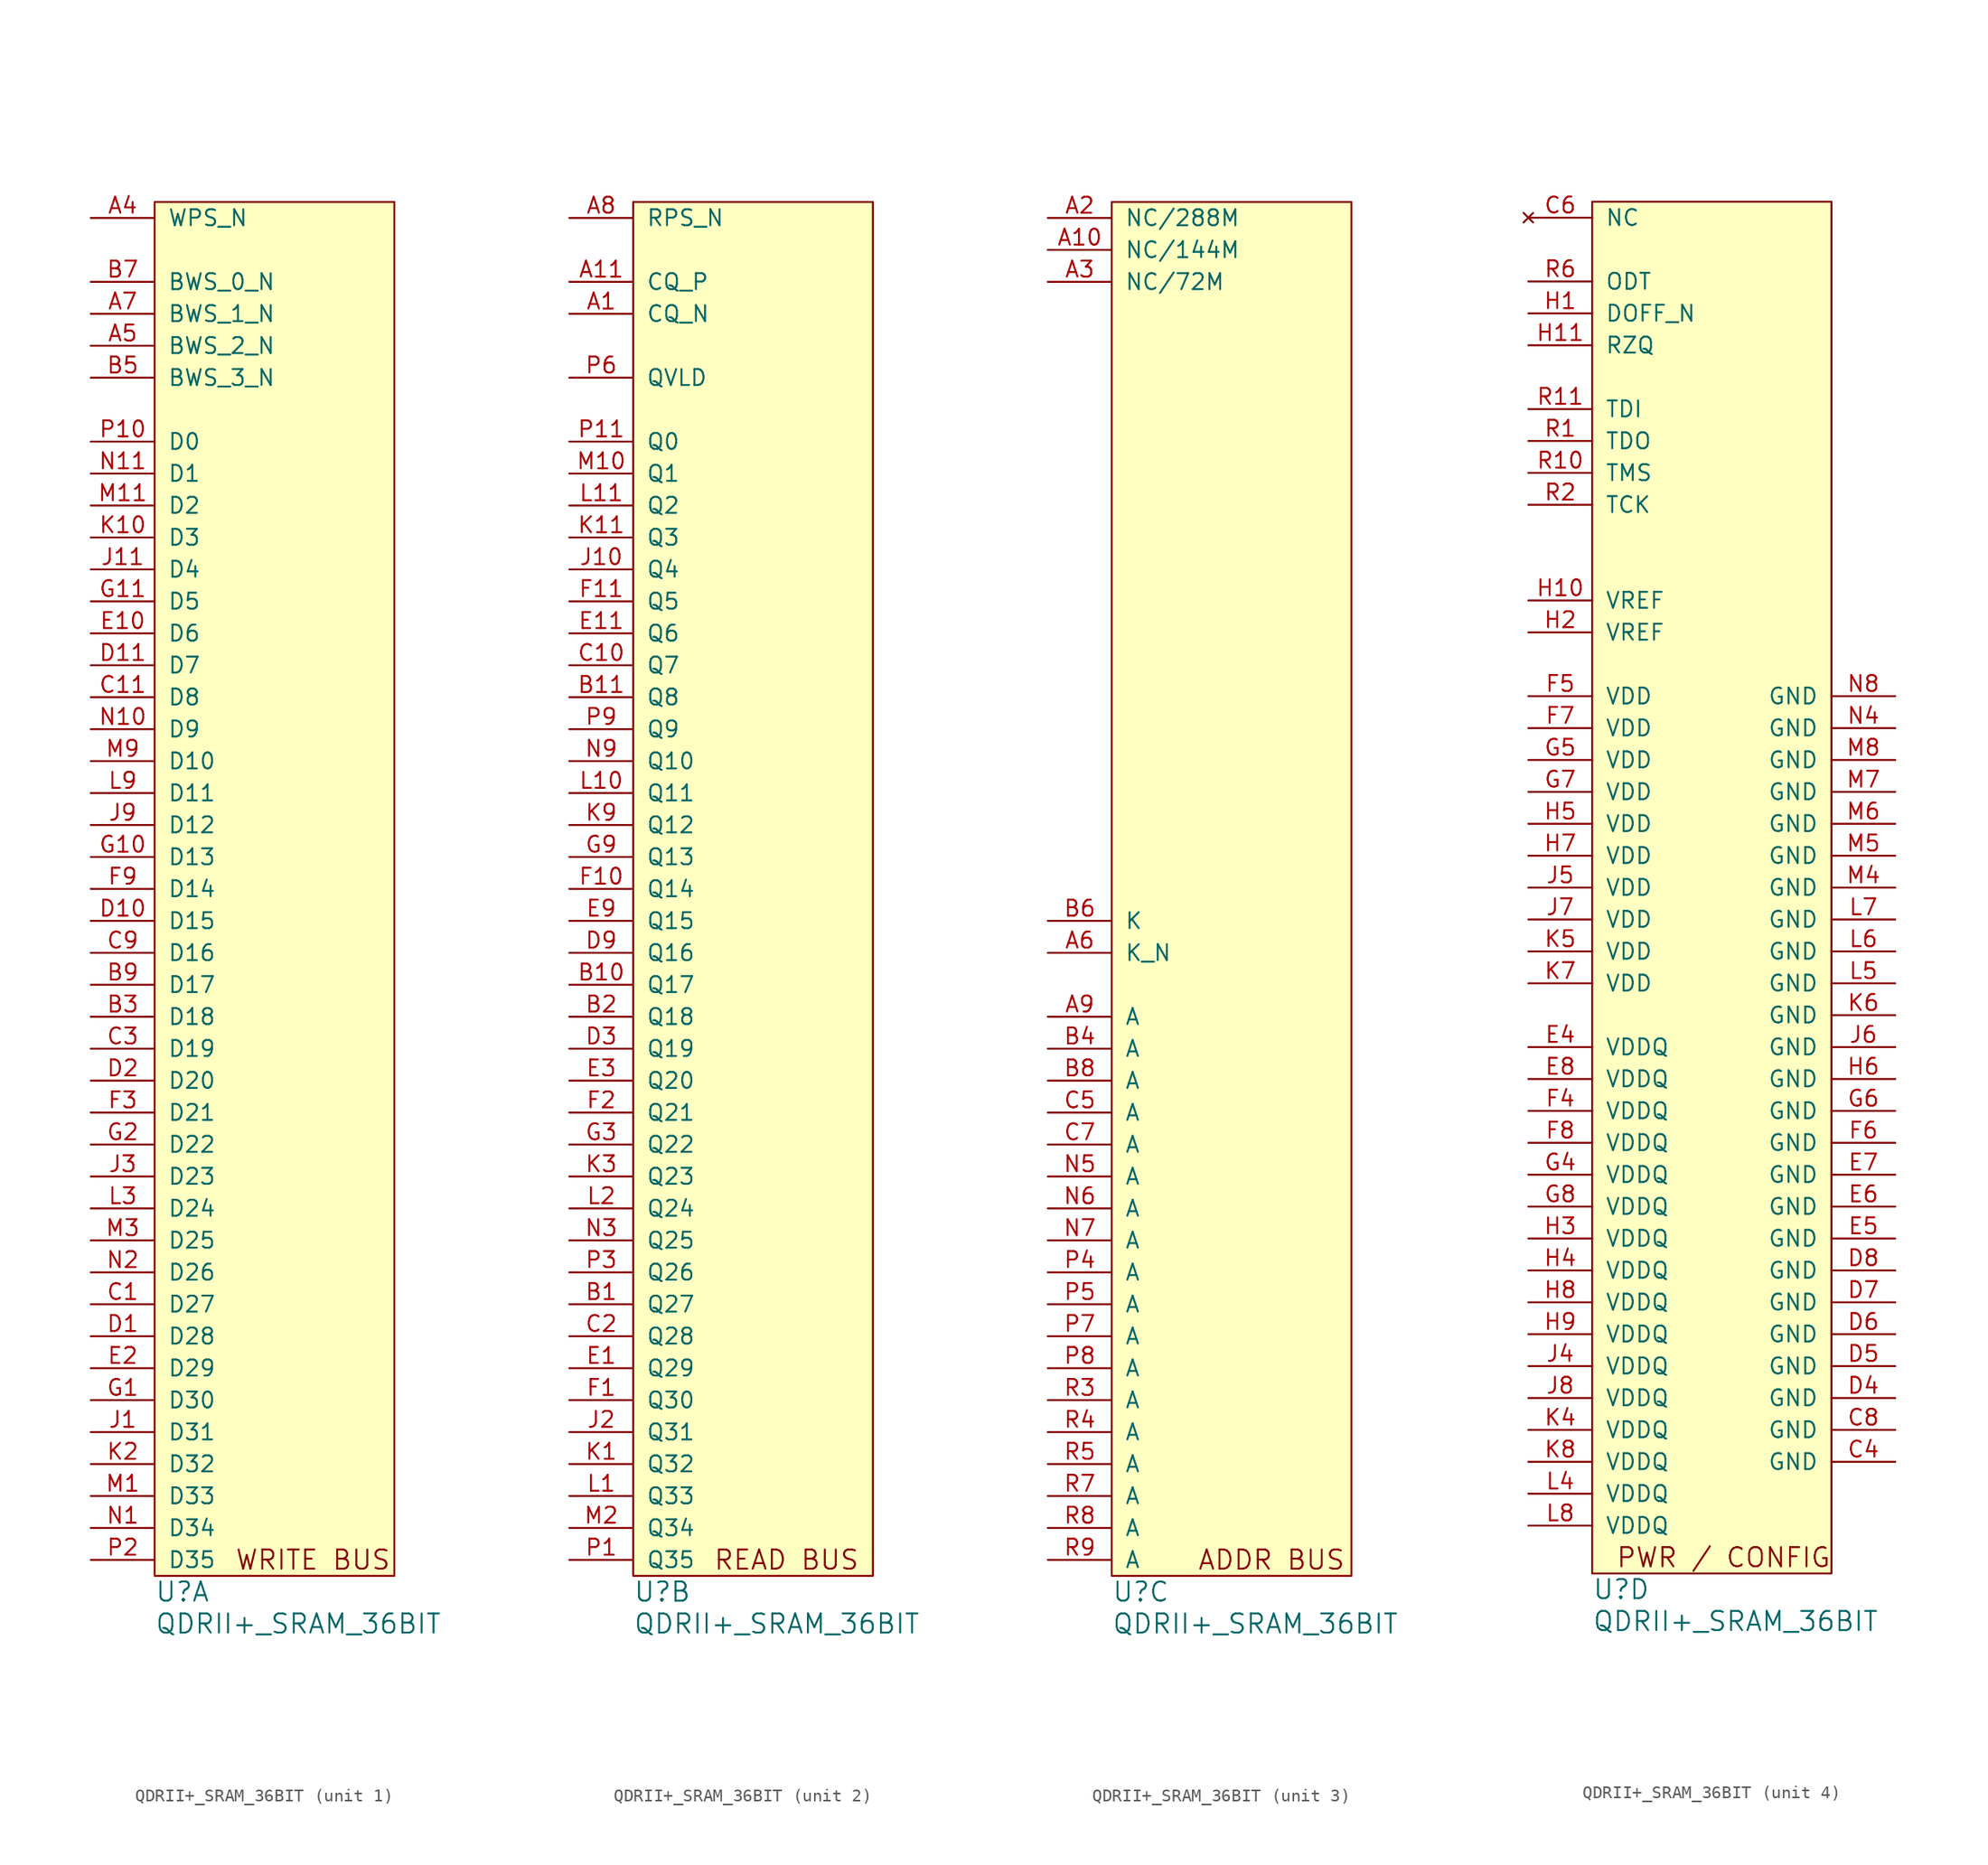
<source format=kicad_sym>
(kicad_symbol_lib
  (version 20211014)
  (generator kicad_symbol_editor)
  (symbol "QDRII+_SRAM_36BIT"
    (pin_names
      (offset 1.016))
    (property "Reference" "U"
      (at 0 -2.54 0)
      (effects (font (size 1.524 1.524)) (justify left)))
    (property "Value" "QDRII+_SRAM_36BIT"
      (at 0 -5.08 0)
      (effects (font (size 1.524 1.524)) (justify left)))
    (property "Footprint" ""
      (at 0 0 0)
      (effects (font (size 1.524 1.524))))
    (property "Datasheet" ""
      (at 0 0 0)
      (effects (font (size 1.524 1.524))))
    (property "ki_locked" ""
      (at 0 0 0)
      (effects (font (size 1.27 1.27))))
    (symbol "QDRII+_SRAM_36BIT_0_0"
      (rectangle (start 0 107.95) (end 19.05 -1.27) (stroke (width 0) (type default) (color 0 0 0 0)) (fill (type background))))
    (symbol "QDRII+_SRAM_36BIT_1_0"
      (text "WRITE BUS" (at 6.35 0 0) (effects (font (size 1.524 1.524)) (justify left))))
    (symbol "QDRII+_SRAM_36BIT_1_1"
      (pin input line (at -5.08 106.68 0) (length 5.08) (name "WPS_N" (effects (font (size 1.27 1.27)))) (number "A4" (effects (font (size 1.27 1.27)))))
      (pin input line (at -5.08 96.52 0) (length 5.08) (name "BWS_2_N" (effects (font (size 1.27 1.27)))) (number "A5" (effects (font (size 1.27 1.27)))))
      (pin input line (at -5.08 99.06 0) (length 5.08) (name "BWS_1_N" (effects (font (size 1.27 1.27)))) (number "A7" (effects (font (size 1.27 1.27)))))
      (pin input line (at -5.08 43.18 0) (length 5.08) (name "D18" (effects (font (size 1.27 1.27)))) (number "B3" (effects (font (size 1.27 1.27)))))
      (pin input line (at -5.08 93.98 0) (length 5.08) (name "BWS_3_N" (effects (font (size 1.27 1.27)))) (number "B5" (effects (font (size 1.27 1.27)))))
      (pin input line (at -5.08 101.6 0) (length 5.08) (name "BWS_0_N" (effects (font (size 1.27 1.27)))) (number "B7" (effects (font (size 1.27 1.27)))))
      (pin input line (at -5.08 45.72 0) (length 5.08) (name "D17" (effects (font (size 1.27 1.27)))) (number "B9" (effects (font (size 1.27 1.27)))))
      (pin input line (at -5.08 20.32 0) (length 5.08) (name "D27" (effects (font (size 1.27 1.27)))) (number "C1" (effects (font (size 1.27 1.27)))))
      (pin input line (at -5.08 68.58 0) (length 5.08) (name "D8" (effects (font (size 1.27 1.27)))) (number "C11" (effects (font (size 1.27 1.27)))))
      (pin input line (at -5.08 40.64 0) (length 5.08) (name "D19" (effects (font (size 1.27 1.27)))) (number "C3" (effects (font (size 1.27 1.27)))))
      (pin input line (at -5.08 48.26 0) (length 5.08) (name "D16" (effects (font (size 1.27 1.27)))) (number "C9" (effects (font (size 1.27 1.27)))))
      (pin input line (at -5.08 17.78 0) (length 5.08) (name "D28" (effects (font (size 1.27 1.27)))) (number "D1" (effects (font (size 1.27 1.27)))))
      (pin input line (at -5.08 50.8 0) (length 5.08) (name "D15" (effects (font (size 1.27 1.27)))) (number "D10" (effects (font (size 1.27 1.27)))))
      (pin input line (at -5.08 71.12 0) (length 5.08) (name "D7" (effects (font (size 1.27 1.27)))) (number "D11" (effects (font (size 1.27 1.27)))))
      (pin input line (at -5.08 38.1 0) (length 5.08) (name "D20" (effects (font (size 1.27 1.27)))) (number "D2" (effects (font (size 1.27 1.27)))))
      (pin input line (at -5.08 73.66 0) (length 5.08) (name "D6" (effects (font (size 1.27 1.27)))) (number "E10" (effects (font (size 1.27 1.27)))))
      (pin input line (at -5.08 15.24 0) (length 5.08) (name "D29" (effects (font (size 1.27 1.27)))) (number "E2" (effects (font (size 1.27 1.27)))))
      (pin input line (at -5.08 35.56 0) (length 5.08) (name "D21" (effects (font (size 1.27 1.27)))) (number "F3" (effects (font (size 1.27 1.27)))))
      (pin input line (at -5.08 53.34 0) (length 5.08) (name "D14" (effects (font (size 1.27 1.27)))) (number "F9" (effects (font (size 1.27 1.27)))))
      (pin input line (at -5.08 12.7 0) (length 5.08) (name "D30" (effects (font (size 1.27 1.27)))) (number "G1" (effects (font (size 1.27 1.27)))))
      (pin input line (at -5.08 55.88 0) (length 5.08) (name "D13" (effects (font (size 1.27 1.27)))) (number "G10" (effects (font (size 1.27 1.27)))))
      (pin input line (at -5.08 76.2 0) (length 5.08) (name "D5" (effects (font (size 1.27 1.27)))) (number "G11" (effects (font (size 1.27 1.27)))))
      (pin input line (at -5.08 33.02 0) (length 5.08) (name "D22" (effects (font (size 1.27 1.27)))) (number "G2" (effects (font (size 1.27 1.27)))))
      (pin input line (at -5.08 10.16 0) (length 5.08) (name "D31" (effects (font (size 1.27 1.27)))) (number "J1" (effects (font (size 1.27 1.27)))))
      (pin input line (at -5.08 78.74 0) (length 5.08) (name "D4" (effects (font (size 1.27 1.27)))) (number "J11" (effects (font (size 1.27 1.27)))))
      (pin input line (at -5.08 30.48 0) (length 5.08) (name "D23" (effects (font (size 1.27 1.27)))) (number "J3" (effects (font (size 1.27 1.27)))))
      (pin input line (at -5.08 58.42 0) (length 5.08) (name "D12" (effects (font (size 1.27 1.27)))) (number "J9" (effects (font (size 1.27 1.27)))))
      (pin input line (at -5.08 81.28 0) (length 5.08) (name "D3" (effects (font (size 1.27 1.27)))) (number "K10" (effects (font (size 1.27 1.27)))))
      (pin input line (at -5.08 7.62 0) (length 5.08) (name "D32" (effects (font (size 1.27 1.27)))) (number "K2" (effects (font (size 1.27 1.27)))))
      (pin input line (at -5.08 27.94 0) (length 5.08) (name "D24" (effects (font (size 1.27 1.27)))) (number "L3" (effects (font (size 1.27 1.27)))))
      (pin input line (at -5.08 60.96 0) (length 5.08) (name "D11" (effects (font (size 1.27 1.27)))) (number "L9" (effects (font (size 1.27 1.27)))))
      (pin input line (at -5.08 5.08 0) (length 5.08) (name "D33" (effects (font (size 1.27 1.27)))) (number "M1" (effects (font (size 1.27 1.27)))))
      (pin input line (at -5.08 83.82 0) (length 5.08) (name "D2" (effects (font (size 1.27 1.27)))) (number "M11" (effects (font (size 1.27 1.27)))))
      (pin input line (at -5.08 25.4 0) (length 5.08) (name "D25" (effects (font (size 1.27 1.27)))) (number "M3" (effects (font (size 1.27 1.27)))))
      (pin input line (at -5.08 63.5 0) (length 5.08) (name "D10" (effects (font (size 1.27 1.27)))) (number "M9" (effects (font (size 1.27 1.27)))))
      (pin input line (at -5.08 2.54 0) (length 5.08) (name "D34" (effects (font (size 1.27 1.27)))) (number "N1" (effects (font (size 1.27 1.27)))))
      (pin input line (at -5.08 66.04 0) (length 5.08) (name "D9" (effects (font (size 1.27 1.27)))) (number "N10" (effects (font (size 1.27 1.27)))))
      (pin input line (at -5.08 86.36 0) (length 5.08) (name "D1" (effects (font (size 1.27 1.27)))) (number "N11" (effects (font (size 1.27 1.27)))))
      (pin input line (at -5.08 22.86 0) (length 5.08) (name "D26" (effects (font (size 1.27 1.27)))) (number "N2" (effects (font (size 1.27 1.27)))))
      (pin input line (at -5.08 88.9 0) (length 5.08) (name "D0" (effects (font (size 1.27 1.27)))) (number "P10" (effects (font (size 1.27 1.27)))))
      (pin input line (at -5.08 0 0) (length 5.08) (name "D35" (effects (font (size 1.27 1.27)))) (number "P2" (effects (font (size 1.27 1.27))))))
    (symbol "QDRII+_SRAM_36BIT_2_0"
      (text "READ BUS" (at 6.35 0 0) (effects (font (size 1.524 1.524)) (justify left))))
    (symbol "QDRII+_SRAM_36BIT_2_1"
      (pin output line (at -5.08 99.06 0) (length 5.08) (name "CQ_N" (effects (font (size 1.27 1.27)))) (number "A1" (effects (font (size 1.27 1.27)))))
      (pin output line (at -5.08 101.6 0) (length 5.08) (name "CQ_P" (effects (font (size 1.27 1.27)))) (number "A11" (effects (font (size 1.27 1.27)))))
      (pin input line (at -5.08 106.68 0) (length 5.08) (name "RPS_N" (effects (font (size 1.27 1.27)))) (number "A8" (effects (font (size 1.27 1.27)))))
      (pin output line (at -5.08 20.32 0) (length 5.08) (name "Q27" (effects (font (size 1.27 1.27)))) (number "B1" (effects (font (size 1.27 1.27)))))
      (pin output line (at -5.08 45.72 0) (length 5.08) (name "Q17" (effects (font (size 1.27 1.27)))) (number "B10" (effects (font (size 1.27 1.27)))))
      (pin output line (at -5.08 68.58 0) (length 5.08) (name "Q8" (effects (font (size 1.27 1.27)))) (number "B11" (effects (font (size 1.27 1.27)))))
      (pin output line (at -5.08 43.18 0) (length 5.08) (name "Q18" (effects (font (size 1.27 1.27)))) (number "B2" (effects (font (size 1.27 1.27)))))
      (pin output line (at -5.08 71.12 0) (length 5.08) (name "Q7" (effects (font (size 1.27 1.27)))) (number "C10" (effects (font (size 1.27 1.27)))))
      (pin output line (at -5.08 17.78 0) (length 5.08) (name "Q28" (effects (font (size 1.27 1.27)))) (number "C2" (effects (font (size 1.27 1.27)))))
      (pin output line (at -5.08 40.64 0) (length 5.08) (name "Q19" (effects (font (size 1.27 1.27)))) (number "D3" (effects (font (size 1.27 1.27)))))
      (pin output line (at -5.08 48.26 0) (length 5.08) (name "Q16" (effects (font (size 1.27 1.27)))) (number "D9" (effects (font (size 1.27 1.27)))))
      (pin output line (at -5.08 15.24 0) (length 5.08) (name "Q29" (effects (font (size 1.27 1.27)))) (number "E1" (effects (font (size 1.27 1.27)))))
      (pin output line (at -5.08 73.66 0) (length 5.08) (name "Q6" (effects (font (size 1.27 1.27)))) (number "E11" (effects (font (size 1.27 1.27)))))
      (pin output line (at -5.08 38.1 0) (length 5.08) (name "Q20" (effects (font (size 1.27 1.27)))) (number "E3" (effects (font (size 1.27 1.27)))))
      (pin output line (at -5.08 50.8 0) (length 5.08) (name "Q15" (effects (font (size 1.27 1.27)))) (number "E9" (effects (font (size 1.27 1.27)))))
      (pin output line (at -5.08 12.7 0) (length 5.08) (name "Q30" (effects (font (size 1.27 1.27)))) (number "F1" (effects (font (size 1.27 1.27)))))
      (pin output line (at -5.08 53.34 0) (length 5.08) (name "Q14" (effects (font (size 1.27 1.27)))) (number "F10" (effects (font (size 1.27 1.27)))))
      (pin output line (at -5.08 76.2 0) (length 5.08) (name "Q5" (effects (font (size 1.27 1.27)))) (number "F11" (effects (font (size 1.27 1.27)))))
      (pin output line (at -5.08 35.56 0) (length 5.08) (name "Q21" (effects (font (size 1.27 1.27)))) (number "F2" (effects (font (size 1.27 1.27)))))
      (pin output line (at -5.08 33.02 0) (length 5.08) (name "Q22" (effects (font (size 1.27 1.27)))) (number "G3" (effects (font (size 1.27 1.27)))))
      (pin output line (at -5.08 55.88 0) (length 5.08) (name "Q13" (effects (font (size 1.27 1.27)))) (number "G9" (effects (font (size 1.27 1.27)))))
      (pin output line (at -5.08 78.74 0) (length 5.08) (name "Q4" (effects (font (size 1.27 1.27)))) (number "J10" (effects (font (size 1.27 1.27)))))
      (pin output line (at -5.08 10.16 0) (length 5.08) (name "Q31" (effects (font (size 1.27 1.27)))) (number "J2" (effects (font (size 1.27 1.27)))))
      (pin output line (at -5.08 7.62 0) (length 5.08) (name "Q32" (effects (font (size 1.27 1.27)))) (number "K1" (effects (font (size 1.27 1.27)))))
      (pin output line (at -5.08 81.28 0) (length 5.08) (name "Q3" (effects (font (size 1.27 1.27)))) (number "K11" (effects (font (size 1.27 1.27)))))
      (pin output line (at -5.08 30.48 0) (length 5.08) (name "Q23" (effects (font (size 1.27 1.27)))) (number "K3" (effects (font (size 1.27 1.27)))))
      (pin output line (at -5.08 58.42 0) (length 5.08) (name "Q12" (effects (font (size 1.27 1.27)))) (number "K9" (effects (font (size 1.27 1.27)))))
      (pin output line (at -5.08 5.08 0) (length 5.08) (name "Q33" (effects (font (size 1.27 1.27)))) (number "L1" (effects (font (size 1.27 1.27)))))
      (pin output line (at -5.08 60.96 0) (length 5.08) (name "Q11" (effects (font (size 1.27 1.27)))) (number "L10" (effects (font (size 1.27 1.27)))))
      (pin output line (at -5.08 83.82 0) (length 5.08) (name "Q2" (effects (font (size 1.27 1.27)))) (number "L11" (effects (font (size 1.27 1.27)))))
      (pin output line (at -5.08 27.94 0) (length 5.08) (name "Q24" (effects (font (size 1.27 1.27)))) (number "L2" (effects (font (size 1.27 1.27)))))
      (pin output line (at -5.08 86.36 0) (length 5.08) (name "Q1" (effects (font (size 1.27 1.27)))) (number "M10" (effects (font (size 1.27 1.27)))))
      (pin output line (at -5.08 2.54 0) (length 5.08) (name "Q34" (effects (font (size 1.27 1.27)))) (number "M2" (effects (font (size 1.27 1.27)))))
      (pin output line (at -5.08 25.4 0) (length 5.08) (name "Q25" (effects (font (size 1.27 1.27)))) (number "N3" (effects (font (size 1.27 1.27)))))
      (pin output line (at -5.08 63.5 0) (length 5.08) (name "Q10" (effects (font (size 1.27 1.27)))) (number "N9" (effects (font (size 1.27 1.27)))))
      (pin output line (at -5.08 0 0) (length 5.08) (name "Q35" (effects (font (size 1.27 1.27)))) (number "P1" (effects (font (size 1.27 1.27)))))
      (pin output line (at -5.08 88.9 0) (length 5.08) (name "Q0" (effects (font (size 1.27 1.27)))) (number "P11" (effects (font (size 1.27 1.27)))))
      (pin output line (at -5.08 22.86 0) (length 5.08) (name "Q26" (effects (font (size 1.27 1.27)))) (number "P3" (effects (font (size 1.27 1.27)))))
      (pin output line (at -5.08 93.98 0) (length 5.08) (name "QVLD" (effects (font (size 1.27 1.27)))) (number "P6" (effects (font (size 1.27 1.27)))))
      (pin output line (at -5.08 66.04 0) (length 5.08) (name "Q9" (effects (font (size 1.27 1.27)))) (number "P9" (effects (font (size 1.27 1.27))))))
    (symbol "QDRII+_SRAM_36BIT_3_0"
      (text "ADDR BUS" (at 12.7 0 0) (effects (font (size 1.524 1.524)))))
    (symbol "QDRII+_SRAM_36BIT_3_1"
      (pin input line (at -5.08 104.14 0) (length 5.08) (name "NC/144M" (effects (font (size 1.27 1.27)))) (number "A10" (effects (font (size 1.27 1.27)))))
      (pin input line (at -5.08 106.68 0) (length 5.08) (name "NC/288M" (effects (font (size 1.27 1.27)))) (number "A2" (effects (font (size 1.27 1.27)))))
      (pin input line (at -5.08 101.6 0) (length 5.08) (name "NC/72M" (effects (font (size 1.27 1.27)))) (number "A3" (effects (font (size 1.27 1.27)))))
      (pin input line (at -5.08 48.26 0) (length 5.08) (name "K_N" (effects (font (size 1.27 1.27)))) (number "A6" (effects (font (size 1.27 1.27)))))
      (pin input line (at -5.08 43.18 0) (length 5.08) (name "A" (effects (font (size 1.27 1.27)))) (number "A9" (effects (font (size 1.27 1.27)))))
      (pin input line (at -5.08 40.64 0) (length 5.08) (name "A" (effects (font (size 1.27 1.27)))) (number "B4" (effects (font (size 1.27 1.27)))))
      (pin input line (at -5.08 50.8 0) (length 5.08) (name "K" (effects (font (size 1.27 1.27)))) (number "B6" (effects (font (size 1.27 1.27)))))
      (pin input line (at -5.08 38.1 0) (length 5.08) (name "A" (effects (font (size 1.27 1.27)))) (number "B8" (effects (font (size 1.27 1.27)))))
      (pin input line (at -5.08 35.56 0) (length 5.08) (name "A" (effects (font (size 1.27 1.27)))) (number "C5" (effects (font (size 1.27 1.27)))))
      (pin input line (at -5.08 33.02 0) (length 5.08) (name "A" (effects (font (size 1.27 1.27)))) (number "C7" (effects (font (size 1.27 1.27)))))
      (pin input line (at -5.08 30.48 0) (length 5.08) (name "A" (effects (font (size 1.27 1.27)))) (number "N5" (effects (font (size 1.27 1.27)))))
      (pin input line (at -5.08 27.94 0) (length 5.08) (name "A" (effects (font (size 1.27 1.27)))) (number "N6" (effects (font (size 1.27 1.27)))))
      (pin input line (at -5.08 25.4 0) (length 5.08) (name "A" (effects (font (size 1.27 1.27)))) (number "N7" (effects (font (size 1.27 1.27)))))
      (pin input line (at -5.08 22.86 0) (length 5.08) (name "A" (effects (font (size 1.27 1.27)))) (number "P4" (effects (font (size 1.27 1.27)))))
      (pin input line (at -5.08 20.32 0) (length 5.08) (name "A" (effects (font (size 1.27 1.27)))) (number "P5" (effects (font (size 1.27 1.27)))))
      (pin input line (at -5.08 17.78 0) (length 5.08) (name "A" (effects (font (size 1.27 1.27)))) (number "P7" (effects (font (size 1.27 1.27)))))
      (pin input line (at -5.08 15.24 0) (length 5.08) (name "A" (effects (font (size 1.27 1.27)))) (number "P8" (effects (font (size 1.27 1.27)))))
      (pin input line (at -5.08 12.7 0) (length 5.08) (name "A" (effects (font (size 1.27 1.27)))) (number "R3" (effects (font (size 1.27 1.27)))))
      (pin input line (at -5.08 10.16 0) (length 5.08) (name "A" (effects (font (size 1.27 1.27)))) (number "R4" (effects (font (size 1.27 1.27)))))
      (pin input line (at -5.08 7.62 0) (length 5.08) (name "A" (effects (font (size 1.27 1.27)))) (number "R5" (effects (font (size 1.27 1.27)))))
      (pin input line (at -5.08 5.08 0) (length 5.08) (name "A" (effects (font (size 1.27 1.27)))) (number "R7" (effects (font (size 1.27 1.27)))))
      (pin input line (at -5.08 2.54 0) (length 5.08) (name "A" (effects (font (size 1.27 1.27)))) (number "R8" (effects (font (size 1.27 1.27)))))
      (pin input line (at -5.08 0 0) (length 5.08) (name "A" (effects (font (size 1.27 1.27)))) (number "R9" (effects (font (size 1.27 1.27))))))
    (symbol "QDRII+_SRAM_36BIT_4_0"
      (text "PWR / CONFIG" (at 19.05 0 0) (effects (font (size 1.524 1.524)) (justify right))))
    (symbol "QDRII+_SRAM_36BIT_4_1"
      (pin power_in line (at 24.13 7.62 180) (length 5.08) (name "GND" (effects (font (size 1.27 1.27)))) (number "C4" (effects (font (size 1.27 1.27)))))
      (pin no_connect line (at -5.08 106.68 0) (length 5.08) (name "NC" (effects (font (size 1.27 1.27)))) (number "C6" (effects (font (size 1.27 1.27)))))
      (pin power_in line (at 24.13 10.16 180) (length 5.08) (name "GND" (effects (font (size 1.27 1.27)))) (number "C8" (effects (font (size 1.27 1.27)))))
      (pin power_in line (at 24.13 12.7 180) (length 5.08) (name "GND" (effects (font (size 1.27 1.27)))) (number "D4" (effects (font (size 1.27 1.27)))))
      (pin power_in line (at 24.13 15.24 180) (length 5.08) (name "GND" (effects (font (size 1.27 1.27)))) (number "D5" (effects (font (size 1.27 1.27)))))
      (pin power_in line (at 24.13 17.78 180) (length 5.08) (name "GND" (effects (font (size 1.27 1.27)))) (number "D6" (effects (font (size 1.27 1.27)))))
      (pin power_in line (at 24.13 20.32 180) (length 5.08) (name "GND" (effects (font (size 1.27 1.27)))) (number "D7" (effects (font (size 1.27 1.27)))))
      (pin power_in line (at 24.13 22.86 180) (length 5.08) (name "GND" (effects (font (size 1.27 1.27)))) (number "D8" (effects (font (size 1.27 1.27)))))
      (pin power_in line (at -5.08 40.64 0) (length 5.08) (name "VDDQ" (effects (font (size 1.27 1.27)))) (number "E4" (effects (font (size 1.27 1.27)))))
      (pin power_in line (at 24.13 25.4 180) (length 5.08) (name "GND" (effects (font (size 1.27 1.27)))) (number "E5" (effects (font (size 1.27 1.27)))))
      (pin power_in line (at 24.13 27.94 180) (length 5.08) (name "GND" (effects (font (size 1.27 1.27)))) (number "E6" (effects (font (size 1.27 1.27)))))
      (pin power_in line (at 24.13 30.48 180) (length 5.08) (name "GND" (effects (font (size 1.27 1.27)))) (number "E7" (effects (font (size 1.27 1.27)))))
      (pin power_in line (at -5.08 38.1 0) (length 5.08) (name "VDDQ" (effects (font (size 1.27 1.27)))) (number "E8" (effects (font (size 1.27 1.27)))))
      (pin power_in line (at -5.08 35.56 0) (length 5.08) (name "VDDQ" (effects (font (size 1.27 1.27)))) (number "F4" (effects (font (size 1.27 1.27)))))
      (pin power_in line (at -5.08 68.58 0) (length 5.08) (name "VDD" (effects (font (size 1.27 1.27)))) (number "F5" (effects (font (size 1.27 1.27)))))
      (pin power_in line (at 24.13 33.02 180) (length 5.08) (name "GND" (effects (font (size 1.27 1.27)))) (number "F6" (effects (font (size 1.27 1.27)))))
      (pin power_in line (at -5.08 66.04 0) (length 5.08) (name "VDD" (effects (font (size 1.27 1.27)))) (number "F7" (effects (font (size 1.27 1.27)))))
      (pin power_in line (at -5.08 33.02 0) (length 5.08) (name "VDDQ" (effects (font (size 1.27 1.27)))) (number "F8" (effects (font (size 1.27 1.27)))))
      (pin power_in line (at -5.08 30.48 0) (length 5.08) (name "VDDQ" (effects (font (size 1.27 1.27)))) (number "G4" (effects (font (size 1.27 1.27)))))
      (pin power_in line (at -5.08 63.5 0) (length 5.08) (name "VDD" (effects (font (size 1.27 1.27)))) (number "G5" (effects (font (size 1.27 1.27)))))
      (pin power_in line (at 24.13 35.56 180) (length 5.08) (name "GND" (effects (font (size 1.27 1.27)))) (number "G6" (effects (font (size 1.27 1.27)))))
      (pin power_in line (at -5.08 60.96 0) (length 5.08) (name "VDD" (effects (font (size 1.27 1.27)))) (number "G7" (effects (font (size 1.27 1.27)))))
      (pin power_in line (at -5.08 27.94 0) (length 5.08) (name "VDDQ" (effects (font (size 1.27 1.27)))) (number "G8" (effects (font (size 1.27 1.27)))))
      (pin input line (at -5.08 99.06 0) (length 5.08) (name "DOFF_N" (effects (font (size 1.27 1.27)))) (number "H1" (effects (font (size 1.27 1.27)))))
      (pin power_in line (at -5.08 76.2 0) (length 5.08) (name "VREF" (effects (font (size 1.27 1.27)))) (number "H10" (effects (font (size 1.27 1.27)))))
      (pin input line (at -5.08 96.52 0) (length 5.08) (name "RZQ" (effects (font (size 1.27 1.27)))) (number "H11" (effects (font (size 1.27 1.27)))))
      (pin power_in line (at -5.08 73.66 0) (length 5.08) (name "VREF" (effects (font (size 1.27 1.27)))) (number "H2" (effects (font (size 1.27 1.27)))))
      (pin power_in line (at -5.08 25.4 0) (length 5.08) (name "VDDQ" (effects (font (size 1.27 1.27)))) (number "H3" (effects (font (size 1.27 1.27)))))
      (pin power_in line (at -5.08 22.86 0) (length 5.08) (name "VDDQ" (effects (font (size 1.27 1.27)))) (number "H4" (effects (font (size 1.27 1.27)))))
      (pin power_in line (at -5.08 58.42 0) (length 5.08) (name "VDD" (effects (font (size 1.27 1.27)))) (number "H5" (effects (font (size 1.27 1.27)))))
      (pin power_in line (at 24.13 38.1 180) (length 5.08) (name "GND" (effects (font (size 1.27 1.27)))) (number "H6" (effects (font (size 1.27 1.27)))))
      (pin power_in line (at -5.08 55.88 0) (length 5.08) (name "VDD" (effects (font (size 1.27 1.27)))) (number "H7" (effects (font (size 1.27 1.27)))))
      (pin power_in line (at -5.08 20.32 0) (length 5.08) (name "VDDQ" (effects (font (size 1.27 1.27)))) (number "H8" (effects (font (size 1.27 1.27)))))
      (pin power_in line (at -5.08 17.78 0) (length 5.08) (name "VDDQ" (effects (font (size 1.27 1.27)))) (number "H9" (effects (font (size 1.27 1.27)))))
      (pin power_in line (at -5.08 15.24 0) (length 5.08) (name "VDDQ" (effects (font (size 1.27 1.27)))) (number "J4" (effects (font (size 1.27 1.27)))))
      (pin power_in line (at -5.08 53.34 0) (length 5.08) (name "VDD" (effects (font (size 1.27 1.27)))) (number "J5" (effects (font (size 1.27 1.27)))))
      (pin power_in line (at 24.13 40.64 180) (length 5.08) (name "GND" (effects (font (size 1.27 1.27)))) (number "J6" (effects (font (size 1.27 1.27)))))
      (pin power_in line (at -5.08 50.8 0) (length 5.08) (name "VDD" (effects (font (size 1.27 1.27)))) (number "J7" (effects (font (size 1.27 1.27)))))
      (pin power_in line (at -5.08 12.7 0) (length 5.08) (name "VDDQ" (effects (font (size 1.27 1.27)))) (number "J8" (effects (font (size 1.27 1.27)))))
      (pin power_in line (at -5.08 10.16 0) (length 5.08) (name "VDDQ" (effects (font (size 1.27 1.27)))) (number "K4" (effects (font (size 1.27 1.27)))))
      (pin power_in line (at -5.08 48.26 0) (length 5.08) (name "VDD" (effects (font (size 1.27 1.27)))) (number "K5" (effects (font (size 1.27 1.27)))))
      (pin power_in line (at 24.13 43.18 180) (length 5.08) (name "GND" (effects (font (size 1.27 1.27)))) (number "K6" (effects (font (size 1.27 1.27)))))
      (pin power_in line (at -5.08 45.72 0) (length 5.08) (name "VDD" (effects (font (size 1.27 1.27)))) (number "K7" (effects (font (size 1.27 1.27)))))
      (pin power_in line (at -5.08 7.62 0) (length 5.08) (name "VDDQ" (effects (font (size 1.27 1.27)))) (number "K8" (effects (font (size 1.27 1.27)))))
      (pin power_in line (at -5.08 5.08 0) (length 5.08) (name "VDDQ" (effects (font (size 1.27 1.27)))) (number "L4" (effects (font (size 1.27 1.27)))))
      (pin power_in line (at 24.13 45.72 180) (length 5.08) (name "GND" (effects (font (size 1.27 1.27)))) (number "L5" (effects (font (size 1.27 1.27)))))
      (pin power_in line (at 24.13 48.26 180) (length 5.08) (name "GND" (effects (font (size 1.27 1.27)))) (number "L6" (effects (font (size 1.27 1.27)))))
      (pin power_in line (at 24.13 50.8 180) (length 5.08) (name "GND" (effects (font (size 1.27 1.27)))) (number "L7" (effects (font (size 1.27 1.27)))))
      (pin power_in line (at -5.08 2.54 0) (length 5.08) (name "VDDQ" (effects (font (size 1.27 1.27)))) (number "L8" (effects (font (size 1.27 1.27)))))
      (pin power_in line (at 24.13 53.34 180) (length 5.08) (name "GND" (effects (font (size 1.27 1.27)))) (number "M4" (effects (font (size 1.27 1.27)))))
      (pin power_in line (at 24.13 55.88 180) (length 5.08) (name "GND" (effects (font (size 1.27 1.27)))) (number "M5" (effects (font (size 1.27 1.27)))))
      (pin power_in line (at 24.13 58.42 180) (length 5.08) (name "GND" (effects (font (size 1.27 1.27)))) (number "M6" (effects (font (size 1.27 1.27)))))
      (pin power_in line (at 24.13 60.96 180) (length 5.08) (name "GND" (effects (font (size 1.27 1.27)))) (number "M7" (effects (font (size 1.27 1.27)))))
      (pin power_in line (at 24.13 63.5 180) (length 5.08) (name "GND" (effects (font (size 1.27 1.27)))) (number "M8" (effects (font (size 1.27 1.27)))))
      (pin power_in line (at 24.13 66.04 180) (length 5.08) (name "GND" (effects (font (size 1.27 1.27)))) (number "N4" (effects (font (size 1.27 1.27)))))
      (pin power_in line (at 24.13 68.58 180) (length 5.08) (name "GND" (effects (font (size 1.27 1.27)))) (number "N8" (effects (font (size 1.27 1.27)))))
      (pin output line (at -5.08 88.9 0) (length 5.08) (name "TDO" (effects (font (size 1.27 1.27)))) (number "R1" (effects (font (size 1.27 1.27)))))
      (pin input line (at -5.08 86.36 0) (length 5.08) (name "TMS" (effects (font (size 1.27 1.27)))) (number "R10" (effects (font (size 1.27 1.27)))))
      (pin input line (at -5.08 91.44 0) (length 5.08) (name "TDI" (effects (font (size 1.27 1.27)))) (number "R11" (effects (font (size 1.27 1.27)))))
      (pin input line (at -5.08 83.82 0) (length 5.08) (name "TCK" (effects (font (size 1.27 1.27)))) (number "R2" (effects (font (size 1.27 1.27)))))
      (pin input line (at -5.08 101.6 0) (length 5.08) (name "ODT" (effects (font (size 1.27 1.27)))) (number "R6" (effects (font (size 1.27 1.27))))))))
</source>
